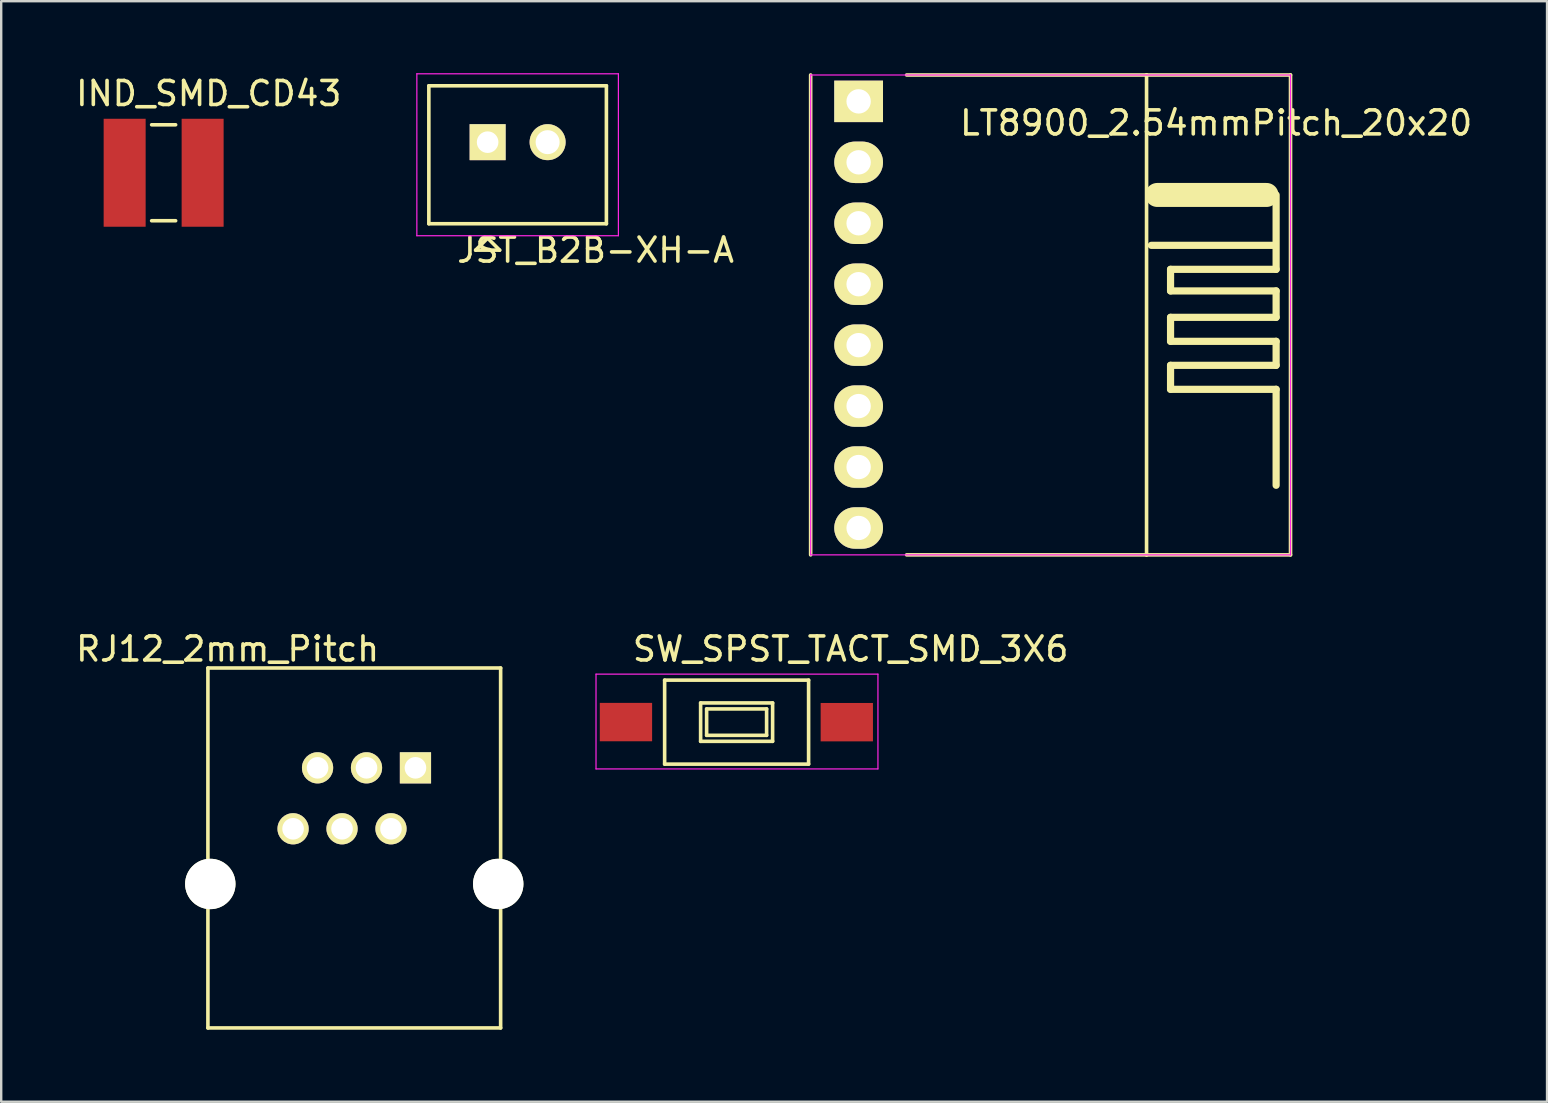
<source format=kicad_pcb>
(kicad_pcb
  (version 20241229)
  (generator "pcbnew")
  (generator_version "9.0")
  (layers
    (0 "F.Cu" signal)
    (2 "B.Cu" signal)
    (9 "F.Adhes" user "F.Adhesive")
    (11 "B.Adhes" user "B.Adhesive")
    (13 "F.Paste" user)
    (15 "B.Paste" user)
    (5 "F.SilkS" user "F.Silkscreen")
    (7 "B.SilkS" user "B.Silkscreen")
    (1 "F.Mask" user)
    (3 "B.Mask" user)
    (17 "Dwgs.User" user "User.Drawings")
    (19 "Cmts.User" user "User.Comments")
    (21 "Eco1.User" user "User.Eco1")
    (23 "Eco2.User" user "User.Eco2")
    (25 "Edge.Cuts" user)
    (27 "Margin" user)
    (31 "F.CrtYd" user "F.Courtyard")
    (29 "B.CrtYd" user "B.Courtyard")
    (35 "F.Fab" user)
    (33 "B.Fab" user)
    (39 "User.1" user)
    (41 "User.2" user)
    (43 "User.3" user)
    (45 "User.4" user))
  (footprint "JST_B2B-XH-A"
    (layer "F.Cu")
    (at 17.273 2.875)
    (property "Reference" "JST_B2B-XH-A" (at 4.5 4.5 0) (layer "F.SilkS") (effects (font (size 1 1) (thickness 0.15))))
    (attr through_hole)
    (fp_line (start -2.45 -2.35) (end -2.45 3.4) (stroke (width 0.15) (type solid)) (layer "F.SilkS"))
    (fp_line (start -2.45 -2.35) (end 4.95 -2.35) (stroke (width 0.15) (type solid)) (layer "F.SilkS"))
    (fp_line (start -2.45 3.4) (end 4.95 3.4) (stroke (width 0.15) (type solid)) (layer "F.SilkS"))
    (fp_line (start -0.5 4.5) (end 0.5 4.5) (stroke (width 0.15) (type solid)) (layer "F.SilkS"))
    (fp_line (start 0 4) (end -0.5 4.5) (stroke (width 0.15) (type solid)) (layer "F.SilkS"))
    (fp_line (start 0 4) (end 0.5 4.5) (stroke (width 0.15) (type solid)) (layer "F.SilkS"))
    (fp_line (start 4.95 -2.35) (end 4.95 3.4) (stroke (width 0.15) (type solid)) (layer "F.SilkS"))
    (fp_line (start -2.95 -2.85) (end -2.95 3.9) (stroke (width 0.05) (type solid)) (layer "F.CrtYd"))
    (fp_line (start -2.95 -2.85) (end 5.45 -2.85) (stroke (width 0.05) (type solid)) (layer "F.CrtYd"))
    (fp_line (start -2.95 3.9) (end 5.45 3.9) (stroke (width 0.05) (type solid)) (layer "F.CrtYd"))
    (fp_line (start 5.45 -2.85) (end 5.45 3.9) (stroke (width 0.05) (type solid)) (layer "F.CrtYd"))
    (pad "1" thru_hole rect (at 0 0) (size 1.5 1.5) (drill 0.9) (layers "*.Cu" "*.Mask" "F.SilkS"))
    (pad "2" thru_hole circle (at 2.5 0) (size 1.5 1.5) (drill 1) (layers "*.Cu" "*.Mask" "F.SilkS")))
  (footprint "SW_SPST_TACT_SMD_3X6"
    (placed yes)
    (layer "F.Cu")
    (at 27.64 27.046)
    (property "Reference" "SW_SPST_TACT_SMD_3X6" (at 4.763 -3.048 180) (layer "F.SilkS") (effects (font (size 1 1) (thickness 0.15))))
    (attr smd)
    (fp_line (start -2.99 -1.75) (end -2.99 1.75) (stroke (width 0.15) (type solid)) (layer "F.SilkS"))
    (fp_line (start -2.99 -1.75) (end 3.01 -1.75) (stroke (width 0.15) (type solid)) (layer "F.SilkS"))
    (fp_line (start -2.99 1.75) (end 3.01 1.75) (stroke (width 0.15) (type solid)) (layer "F.SilkS"))
    (fp_line (start -1.49 -0.8) (end -1.49 0.8) (stroke (width 0.15) (type solid)) (layer "F.SilkS"))
    (fp_line (start -1.49 -0.8) (end 1.51 -0.8) (stroke (width 0.15) (type solid)) (layer "F.SilkS"))
    (fp_line (start -1.49 0.8) (end 1.51 0.8) (stroke (width 0.15) (type solid)) (layer "F.SilkS"))
    (fp_line (start -1.24 -0.55) (end 1.26 -0.55) (stroke (width 0.15) (type solid)) (layer "F.SilkS"))
    (fp_line (start -1.24 0.55) (end -1.24 -0.55) (stroke (width 0.15) (type solid)) (layer "F.SilkS"))
    (fp_line (start 1.26 -0.55) (end 1.26 0.55) (stroke (width 0.15) (type solid)) (layer "F.SilkS"))
    (fp_line (start 1.26 0.55) (end -1.24 0.55) (stroke (width 0.15) (type solid)) (layer "F.SilkS"))
    (fp_line (start 1.51 -0.8) (end 1.51 0.8) (stroke (width 0.15) (type solid)) (layer "F.SilkS"))
    (fp_line (start 3.01 -1.75) (end 3.01 1.75) (stroke (width 0.15) (type solid)) (layer "F.SilkS"))
    (fp_line (start -5.85 -2) (end -5.85 1.95) (stroke (width 0.05) (type solid)) (layer "F.CrtYd"))
    (fp_line (start -5.85 -2) (end 5.9 -2) (stroke (width 0.05) (type solid)) (layer "F.CrtYd"))
    (fp_line (start -5.85 1.95) (end 5.9 1.95) (stroke (width 0.05) (type solid)) (layer "F.CrtYd"))
    (fp_line (start 5.9 -2) (end 5.9 1.95) (stroke (width 0.05) (type solid)) (layer "F.CrtYd"))
    (pad "1" smd rect (at -4.602 -0.002) (size 2.18 1.6) (layers "F.Cu" "F.Mask" "F.Paste"))
    (pad "2" smd rect (at 4.602 0.002) (size 2.18 1.6) (layers "F.Cu" "F.Mask" "F.Paste")))
  (footprint "RJ12_2mm_Pitch"
    (layer "F.Cu")
    (at 11.715 33.791)
    (property "Reference" "RJ12_2mm_Pitch" (at -5.28 -9.793 180) (layer "F.SilkS") (effects (font (size 1 1) (thickness 0.15))))
    (attr through_hole)
    (fp_line (start -6.1 -9) (end -6.1 6) (stroke (width 0.15) (type solid)) (layer "F.SilkS"))
    (fp_line (start -6.1 -9) (end 6.1 -9) (stroke (width 0.15) (type solid)) (layer "F.SilkS"))
    (fp_line (start -6.1 6) (end 6.1 6) (stroke (width 0.15) (type solid)) (layer "F.SilkS"))
    (fp_line (start 6.1 -9) (end 6.1 6) (stroke (width 0.15) (type solid)) (layer "F.SilkS"))
    (pad "" np_thru_hole circle (at -6 0) (size 2.1 2.1) (drill 2.1) (layers "*.Cu" "*.Mask" "F.SilkS"))
    (pad "" np_thru_hole circle (at 6 0) (size 2.1 2.1) (drill 2.1) (layers "*.Cu" "*.Mask" "F.SilkS"))
    (pad "1" thru_hole rect (at 2.55 -4.84) (size 1.3 1.3) (drill 0.9) (layers "*.Cu" "*.Mask" "F.SilkS"))
    (pad "2" thru_hole circle (at 1.53 -2.3) (size 1.3 1.3) (drill 0.9) (layers "*.Cu" "*.Mask" "F.SilkS"))
    (pad "3" thru_hole circle (at 0.51 -4.84) (size 1.3 1.3) (drill 0.9) (layers "*.Cu" "*.Mask" "F.SilkS"))
    (pad "4" thru_hole circle (at -0.51 -2.3) (size 1.3 1.3) (drill 0.9) (layers "*.Cu" "*.Mask" "F.SilkS"))
    (pad "5" thru_hole circle (at -1.53 -4.84) (size 1.3 1.3) (drill 0.9) (layers "*.Cu" "*.Mask" "F.SilkS"))
    (pad "6" thru_hole circle (at -2.55 -2.3) (size 1.3 1.3) (drill 0.9) (layers "*.Cu" "*.Mask" "F.SilkS")))
  (footprint "IND_SMD_CD43"
    (layer "F.Cu")
    (at 3.77 4.15)
    (property "Reference" "IND_SMD_CD43" (at 1.879 -3.302 0) (layer "F.SilkS") (effects (font (size 1 1) (thickness 0.15))))
    (attr smd)
    (fp_line (start -0.5 -2) (end 0.5 -2) (stroke (width 0.15) (type solid)) (layer "F.SilkS"))
    (fp_line (start -0.5 2) (end 0.5 2) (stroke (width 0.15) (type solid)) (layer "F.SilkS"))
    (pad "1" smd rect (at -1.625 0) (size 1.75 4.5) (layers "F.Cu" "F.Mask" "F.Paste"))
    (pad "2" smd rect (at 1.625 0) (size 1.75 4.5) (layers "F.Cu" "F.Mask" "F.Paste")))
  (footprint "LT8900_2.54mmPitch_20x20"
    (layer "F.Cu")
    (at 32.735 1.175)
    (property "Reference" "LT8900_2.54mmPitch_20x20" (at 14.9 0.9 180) (layer "F.SilkS") (effects (font (size 1 1) (thickness 0.15))))
    (attr through_hole)
    (fp_line (start -2 -1.1) (end -2 18.9) (stroke (width 0.15) (type solid)) (layer "F.SilkS"))
    (fp_line (start 12 -1.1) (end 2 -1.1) (stroke (width 0.15) (type solid)) (layer "F.SilkS"))
    (fp_line (start 12 -1.1) (end 12 18.9) (stroke (width 0.15) (type solid)) (layer "F.SilkS"))
    (fp_line (start 12 18.9) (end 2 18.9) (stroke (width 0.15) (type solid)) (layer "F.SilkS"))
    (fp_line (start 12 18.9) (end 18 18.9) (stroke (width 0.15) (type solid)) (layer "F.SilkS"))
    (fp_line (start 12.2 6) (end 17.3 6) (stroke (width 0.3) (type solid)) (layer "F.SilkS"))
    (fp_line (start 12.446 3.9) (end 17 3.9) (stroke (width 1) (type solid)) (layer "F.SilkS"))
    (fp_line (start 13 7) (end 13 7.9) (stroke (width 0.3) (type solid)) (layer "F.SilkS"))
    (fp_line (start 13 7) (end 17.4 7) (stroke (width 0.3) (type solid)) (layer "F.SilkS"))
    (fp_line (start 13 7.9) (end 17.4 7.9) (stroke (width 0.3) (type solid)) (layer "F.SilkS"))
    (fp_line (start 13 9) (end 13 10) (stroke (width 0.3) (type solid)) (layer "F.SilkS"))
    (fp_line (start 13 9) (end 17.4 9) (stroke (width 0.3) (type solid)) (layer "F.SilkS"))
    (fp_line (start 13 10) (end 17.4 10) (stroke (width 0.3) (type solid)) (layer "F.SilkS"))
    (fp_line (start 13 11) (end 13 12) (stroke (width 0.3) (type solid)) (layer "F.SilkS"))
    (fp_line (start 13 11) (end 17.4 11) (stroke (width 0.3) (type solid)) (layer "F.SilkS"))
    (fp_line (start 13 12) (end 17.4 12) (stroke (width 0.3) (type solid)) (layer "F.SilkS"))
    (fp_line (start 17.4 3.9) (end 17.4 7) (stroke (width 0.3) (type solid)) (layer "F.SilkS"))
    (fp_line (start 17.4 7.9) (end 17.4 9) (stroke (width 0.3) (type solid)) (layer "F.SilkS"))
    (fp_line (start 17.4 10) (end 17.4 11) (stroke (width 0.3) (type solid)) (layer "F.SilkS"))
    (fp_line (start 17.4 12) (end 17.4 16) (stroke (width 0.3) (type solid)) (layer "F.SilkS"))
    (fp_line (start 18 -1.1) (end 12 -1.1) (stroke (width 0.15) (type solid)) (layer "F.SilkS"))
    (fp_line (start 18 18.9) (end 18 -1.1) (stroke (width 0.15) (type solid)) (layer "F.SilkS"))
    (fp_line (start -2 -1.1) (end -2 18.9) (stroke (width 0.05) (type solid)) (layer "F.CrtYd"))
    (fp_line (start -2 -1.1) (end 18 -1.1) (stroke (width 0.05) (type solid)) (layer "F.CrtYd"))
    (fp_line (start -2 18.9) (end 18 18.9) (stroke (width 0.05) (type solid)) (layer "F.CrtYd"))
    (fp_line (start 18 -1.1) (end 18 18.9) (stroke (width 0.05) (type solid)) (layer "F.CrtYd"))
    (pad "1" thru_hole rect (at 0 0) (size 2.032 1.727) (drill 1.016) (layers "*.Cu" "*.Mask" "F.SilkS"))
    (pad "2" thru_hole oval (at 0 2.54) (size 2.032 1.727) (drill 1.016) (layers "*.Cu" "*.Mask" "F.SilkS"))
    (pad "3" thru_hole oval (at 0 5.08) (size 2.032 1.727) (drill 1.016) (layers "*.Cu" "*.Mask" "F.SilkS"))
    (pad "4" thru_hole oval (at 0 7.62) (size 2.032 1.727) (drill 1.016) (layers "*.Cu" "*.Mask" "F.SilkS"))
    (pad "5" thru_hole oval (at 0 10.16) (size 2.032 1.727) (drill 1.016) (layers "*.Cu" "*.Mask" "F.SilkS"))
    (pad "6" thru_hole oval (at 0 12.7) (size 2.032 1.727) (drill 1.016) (layers "*.Cu" "*.Mask" "F.SilkS"))
    (pad "7" thru_hole oval (at 0 15.24) (size 2.032 1.727) (drill 1.016) (layers "*.Cu" "*.Mask" "F.SilkS"))
    (pad "8" thru_hole oval (at 0 17.78) (size 2.032 1.727) (drill 1.016) (layers "*.Cu" "*.Mask" "F.SilkS")))
  (gr_rect
    (start -3 -3)
    (end 61.426 42.866)
    (stroke (width 0.1) (type default))
    (fill no)
    (layer "Edge.Cuts")))
</source>
